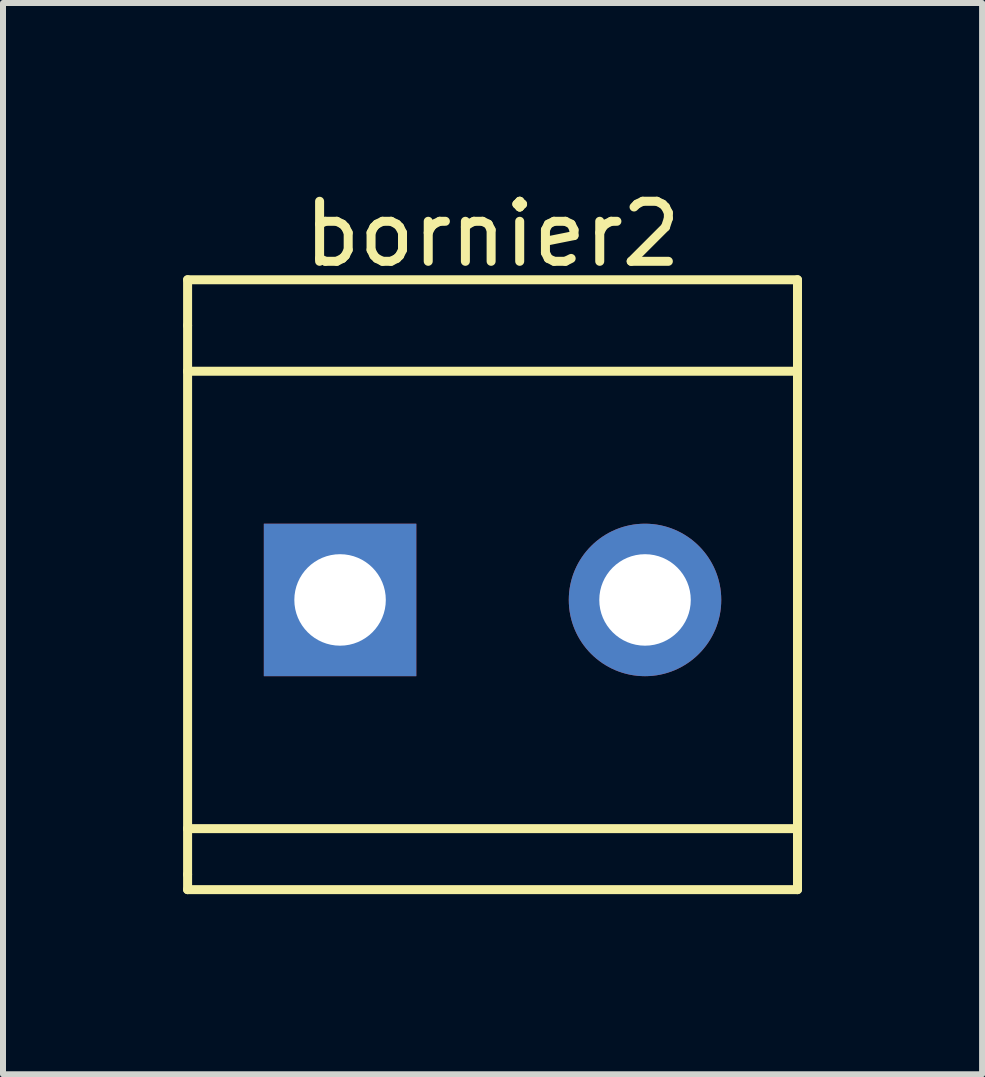
<source format=kicad_pcb>
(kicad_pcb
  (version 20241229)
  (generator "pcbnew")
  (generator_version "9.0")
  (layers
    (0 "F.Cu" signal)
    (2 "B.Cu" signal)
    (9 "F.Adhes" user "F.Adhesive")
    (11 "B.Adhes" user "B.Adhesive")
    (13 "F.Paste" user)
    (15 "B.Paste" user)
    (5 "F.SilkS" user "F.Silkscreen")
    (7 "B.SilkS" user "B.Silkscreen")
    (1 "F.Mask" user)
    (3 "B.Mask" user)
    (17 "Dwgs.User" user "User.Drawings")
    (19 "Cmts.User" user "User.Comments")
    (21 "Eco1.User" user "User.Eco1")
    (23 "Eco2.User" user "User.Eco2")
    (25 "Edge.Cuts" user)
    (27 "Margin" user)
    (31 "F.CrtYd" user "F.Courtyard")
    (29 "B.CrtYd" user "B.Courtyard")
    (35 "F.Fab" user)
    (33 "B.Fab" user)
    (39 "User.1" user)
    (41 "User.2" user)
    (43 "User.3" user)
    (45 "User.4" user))
  (footprint "bornier2"
    (layer "F.Cu")
    (at 5.155 6.944)
    (property "Reference" "bornier2" (at 0 -6.096 0) (layer "F.SilkS") (effects (font (size 1 1) (thickness 0.15))))
    (fp_line (start -5.08 -5.334) (end 5.08 -5.334) (stroke (width 0.15) (type solid)) (layer "F.SilkS"))
    (fp_line (start -5.08 -4.572) (end -5.08 -5.334) (stroke (width 0.15) (type solid)) (layer "F.SilkS"))
    (fp_line (start -5.08 -3.81) (end -5.08 -4.572) (stroke (width 0.15) (type solid)) (layer "F.SilkS"))
    (fp_line (start -5.08 -3.81) (end -5.08 3.81) (stroke (width 0.15) (type solid)) (layer "F.SilkS"))
    (fp_line (start -5.08 3.81) (end -5.08 4.572) (stroke (width 0.15) (type solid)) (layer "F.SilkS"))
    (fp_line (start -5.08 3.81) (end 5.08 3.81) (stroke (width 0.15) (type solid)) (layer "F.SilkS"))
    (fp_line (start -5.08 4.572) (end -5.08 4.826) (stroke (width 0.15) (type solid)) (layer "F.SilkS"))
    (fp_line (start -5.08 4.826) (end 5.08 4.826) (stroke (width 0.15) (type solid)) (layer "F.SilkS"))
    (fp_line (start 5.08 -5.334) (end 5.08 -4.572) (stroke (width 0.15) (type solid)) (layer "F.SilkS"))
    (fp_line (start 5.08 -4.572) (end 5.08 -3.81) (stroke (width 0.15) (type solid)) (layer "F.SilkS"))
    (fp_line (start 5.08 -3.81) (end -5.08 -3.81) (stroke (width 0.15) (type solid)) (layer "F.SilkS"))
    (fp_line (start 5.08 3.81) (end 5.08 -3.81) (stroke (width 0.15) (type solid)) (layer "F.SilkS"))
    (fp_line (start 5.08 4.572) (end 5.08 3.81) (stroke (width 0.15) (type solid)) (layer "F.SilkS"))
    (fp_line (start 5.08 4.826) (end 5.08 4.572) (stroke (width 0.15) (type solid)) (layer "F.SilkS"))
    (pad "1" thru_hole rect (at -2.54 0) (size 2.54 2.54) (drill 1.524) (layers "*.Cu" "*.Mask"))
    (pad "2" thru_hole circle (at 2.54 0) (size 2.54 2.54) (drill 1.524) (layers "*.Cu" "*.Mask")))
  (gr_rect
    (start -3 -3)
    (end 13.31 14.845)
    (stroke (width 0.1) (type default))
    (fill no)
    (layer "Edge.Cuts")))
</source>
